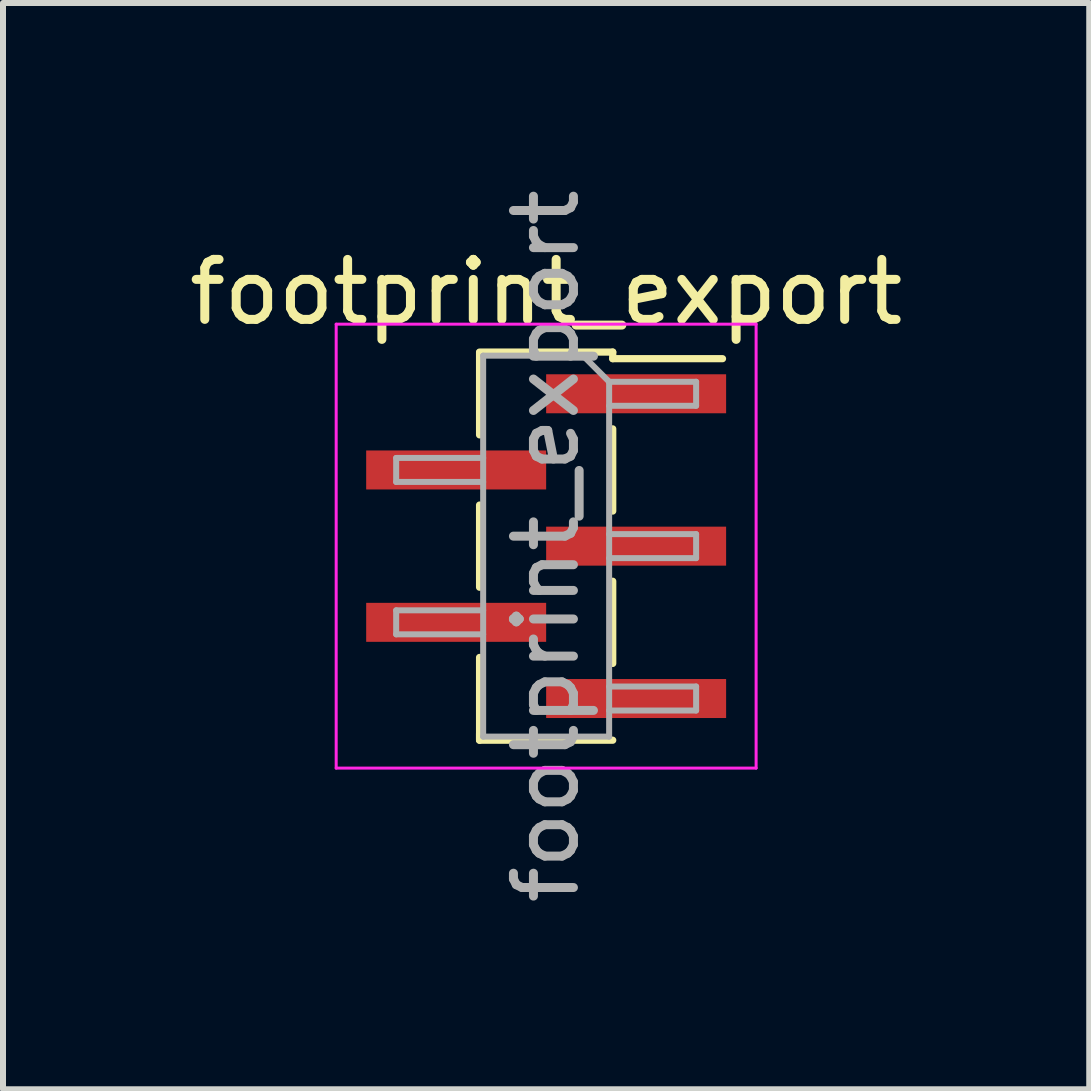
<source format=kicad_pcb>
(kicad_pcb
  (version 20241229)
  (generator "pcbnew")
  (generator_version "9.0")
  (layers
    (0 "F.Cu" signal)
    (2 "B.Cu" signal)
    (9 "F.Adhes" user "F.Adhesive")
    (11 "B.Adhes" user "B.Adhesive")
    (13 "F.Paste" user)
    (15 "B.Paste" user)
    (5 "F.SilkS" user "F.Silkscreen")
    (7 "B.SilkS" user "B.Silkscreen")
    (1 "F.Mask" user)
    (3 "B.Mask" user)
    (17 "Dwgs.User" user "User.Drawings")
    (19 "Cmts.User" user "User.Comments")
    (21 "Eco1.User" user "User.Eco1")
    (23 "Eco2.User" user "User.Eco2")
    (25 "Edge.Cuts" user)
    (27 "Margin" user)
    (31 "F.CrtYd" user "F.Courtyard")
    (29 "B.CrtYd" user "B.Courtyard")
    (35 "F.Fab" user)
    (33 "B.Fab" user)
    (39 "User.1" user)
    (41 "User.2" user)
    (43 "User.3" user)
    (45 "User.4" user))
  (footprint "footprint_export"
    (layer "F.Cu")
    (at 6.054 6.054)
    (property "Reference" "footprint_export" (at 0 -4.235 0) (layer "F.SilkS") (effects (font (size 1 1) (thickness 0.15))))
    (attr smd)
    (fp_line (start -1.11 -3.235) (end 1.11 -3.235) (stroke (width 0.12) (type solid)) (layer "F.SilkS"))
    (fp_line (start -1.11 -3.225) (end -1.11 -1.855) (stroke (width 0.12) (type solid)) (layer "F.SilkS"))
    (fp_line (start -1.11 -0.685) (end -1.11 0.685) (stroke (width 0.12) (type solid)) (layer "F.SilkS"))
    (fp_line (start -1.11 1.855) (end -1.11 3.225) (stroke (width 0.12) (type solid)) (layer "F.SilkS"))
    (fp_line (start -1.11 3.125) (end -1.11 3.235) (stroke (width 0.12) (type solid)) (layer "F.SilkS"))
    (fp_line (start -1.11 3.235) (end 1.11 3.235) (stroke (width 0.12) (type solid)) (layer "F.SilkS"))
    (fp_line (start 1.11 -3.235) (end 1.11 -3.125) (stroke (width 0.12) (type solid)) (layer "F.SilkS"))
    (fp_line (start 1.11 -3.125) (end 2.94 -3.125) (stroke (width 0.12) (type solid)) (layer "F.SilkS"))
    (fp_line (start 1.11 -1.955) (end 1.11 -0.585) (stroke (width 0.12) (type solid)) (layer "F.SilkS"))
    (fp_line (start 1.11 0.585) (end 1.11 1.955) (stroke (width 0.12) (type solid)) (layer "F.SilkS"))
    (fp_line (start -3.5 -3.7) (end -3.5 3.7) (stroke (width 0.05) (type solid)) (layer "F.CrtYd"))
    (fp_line (start -3.5 3.7) (end 3.5 3.7) (stroke (width 0.05) (type solid)) (layer "F.CrtYd"))
    (fp_line (start 3.5 -3.7) (end -3.5 -3.7) (stroke (width 0.05) (type solid)) (layer "F.CrtYd"))
    (fp_line (start 3.5 3.7) (end 3.5 -3.7) (stroke (width 0.05) (type solid)) (layer "F.CrtYd"))
    (fp_line (start -2.5 -1.47) (end -2.5 -1.07) (stroke (width 0.1) (type solid)) (layer "F.Fab"))
    (fp_line (start -2.5 -1.07) (end -1.05 -1.07) (stroke (width 0.1) (type solid)) (layer "F.Fab"))
    (fp_line (start -2.5 1.07) (end -2.5 1.47) (stroke (width 0.1) (type solid)) (layer "F.Fab"))
    (fp_line (start -2.5 1.47) (end -1.05 1.47) (stroke (width 0.1) (type solid)) (layer "F.Fab"))
    (fp_line (start -1.05 -3.175) (end -1.05 3.175) (stroke (width 0.1) (type solid)) (layer "F.Fab"))
    (fp_line (start -1.05 -3.175) (end 0.615 -3.175) (stroke (width 0.1) (type solid)) (layer "F.Fab"))
    (fp_line (start -1.05 -1.47) (end -2.5 -1.47) (stroke (width 0.1) (type solid)) (layer "F.Fab"))
    (fp_line (start -1.05 1.07) (end -2.5 1.07) (stroke (width 0.1) (type solid)) (layer "F.Fab"))
    (fp_line (start 1.05 -2.74) (end 0.615 -3.175) (stroke (width 0.1) (type solid)) (layer "F.Fab"))
    (fp_line (start 1.05 -2.74) (end 2.5 -2.74) (stroke (width 0.1) (type solid)) (layer "F.Fab"))
    (fp_line (start 1.05 -0.2) (end 2.5 -0.2) (stroke (width 0.1) (type solid)) (layer "F.Fab"))
    (fp_line (start 1.05 2.34) (end 2.5 2.34) (stroke (width 0.1) (type solid)) (layer "F.Fab"))
    (fp_line (start 1.05 3.175) (end -1.05 3.175) (stroke (width 0.1) (type solid)) (layer "F.Fab"))
    (fp_line (start 1.05 3.175) (end 1.05 -2.74) (stroke (width 0.1) (type solid)) (layer "F.Fab"))
    (fp_line (start 2.5 -2.74) (end 2.5 -2.34) (stroke (width 0.1) (type solid)) (layer "F.Fab"))
    (fp_line (start 2.5 -2.34) (end 1.05 -2.34) (stroke (width 0.1) (type solid)) (layer "F.Fab"))
    (fp_line (start 2.5 -0.2) (end 2.5 0.2) (stroke (width 0.1) (type solid)) (layer "F.Fab"))
    (fp_line (start 2.5 0.2) (end 1.05 0.2) (stroke (width 0.1) (type solid)) (layer "F.Fab"))
    (fp_line (start 2.5 2.34) (end 2.5 2.74) (stroke (width 0.1) (type solid)) (layer "F.Fab"))
    (fp_line (start 2.5 2.74) (end 1.05 2.74) (stroke (width 0.1) (type solid)) (layer "F.Fab"))
    (fp_text user "${REFERENCE}" (at 0 0 90) (layer "F.Fab") (effects (font (size 1 1) (thickness 0.15))))
    (pad "1" smd rect (at 1.5 -2.54) (size 3 0.65) (layers "F.Cu" "F.Mask" "F.Paste"))
    (pad "2" smd rect (at -1.5 -1.27) (size 3 0.65) (layers "F.Cu" "F.Mask" "F.Paste"))
    (pad "3" smd rect (at 1.5 0) (size 3 0.65) (layers "F.Cu" "F.Mask" "F.Paste"))
    (pad "4" smd rect (at -1.5 1.27) (size 3 0.65) (layers "F.Cu" "F.Mask" "F.Paste"))
    (pad "5" smd rect (at 1.5 2.54) (size 3 0.65) (layers "F.Cu" "F.Mask" "F.Paste")))
  (gr_rect
    (start -3 -3)
    (end 15.107 15.107)
    (stroke (width 0.1) (type default))
    (fill no)
    (layer "Edge.Cuts")))
</source>
